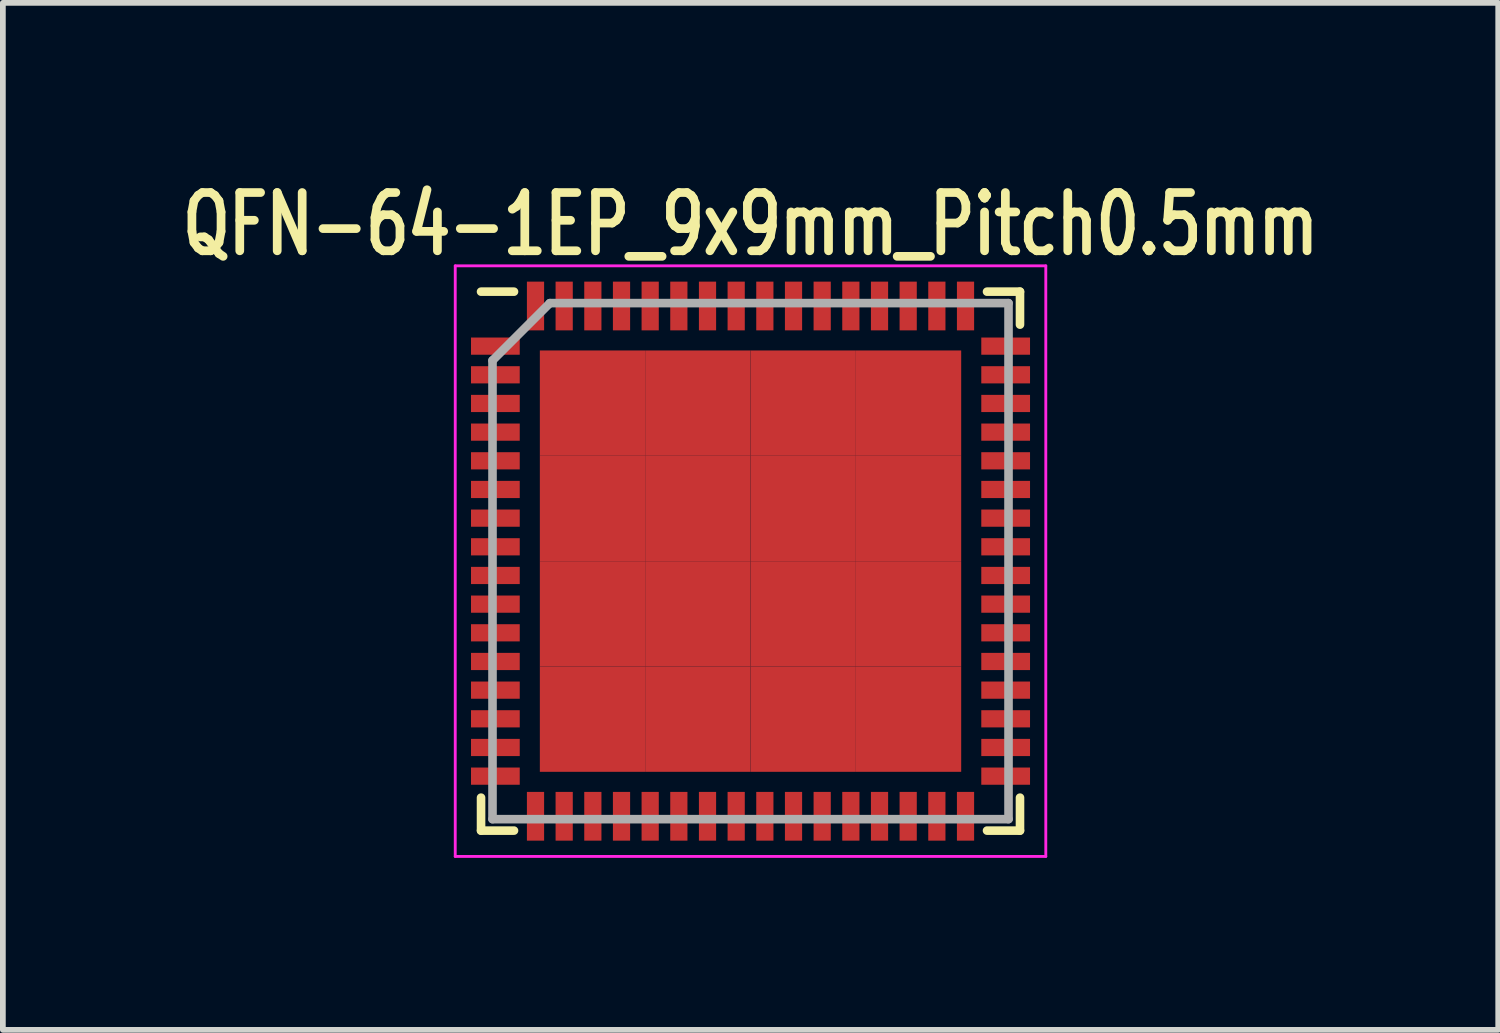
<source format=kicad_pcb>
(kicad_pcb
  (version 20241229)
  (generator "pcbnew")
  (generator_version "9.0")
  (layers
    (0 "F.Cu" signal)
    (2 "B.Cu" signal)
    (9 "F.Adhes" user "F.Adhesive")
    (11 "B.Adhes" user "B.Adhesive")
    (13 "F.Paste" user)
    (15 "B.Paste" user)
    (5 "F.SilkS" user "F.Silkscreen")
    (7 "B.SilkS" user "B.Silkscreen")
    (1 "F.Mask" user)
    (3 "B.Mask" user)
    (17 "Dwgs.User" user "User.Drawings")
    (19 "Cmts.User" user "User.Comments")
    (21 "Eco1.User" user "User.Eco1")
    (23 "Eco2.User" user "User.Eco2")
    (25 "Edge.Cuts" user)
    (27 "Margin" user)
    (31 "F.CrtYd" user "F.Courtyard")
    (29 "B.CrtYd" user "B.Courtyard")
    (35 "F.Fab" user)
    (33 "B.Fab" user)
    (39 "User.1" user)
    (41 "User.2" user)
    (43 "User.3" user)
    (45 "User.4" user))
  (footprint "QFN-64-1EP_9x9mm_Pitch0.5mm"
    (layer "F.Cu")
    (at 10.04 6.737)
    (property "Reference" "QFN-64-1EP_9x9mm_Pitch0.5mm" (at 0 -5.875 0) (layer "F.SilkS") (effects (font (size 1.016 0.762) (thickness 0.152))))
    (attr smd)
    (fp_line (start -4.7 -4.7) (end -4.125 -4.7) (stroke (width 0.15) (type solid)) (layer "F.SilkS"))
    (fp_line (start -4.7 4.7) (end -4.7 4.125) (stroke (width 0.15) (type solid)) (layer "F.SilkS"))
    (fp_line (start -4.7 4.7) (end -4.125 4.7) (stroke (width 0.15) (type solid)) (layer "F.SilkS"))
    (fp_line (start 4.7 -4.7) (end 4.125 -4.7) (stroke (width 0.15) (type solid)) (layer "F.SilkS"))
    (fp_line (start 4.7 -4.7) (end 4.7 -4.125) (stroke (width 0.15) (type solid)) (layer "F.SilkS"))
    (fp_line (start 4.7 4.7) (end 4.125 4.7) (stroke (width 0.15) (type solid)) (layer "F.SilkS"))
    (fp_line (start 4.7 4.7) (end 4.7 4.125) (stroke (width 0.15) (type solid)) (layer "F.SilkS"))
    (fp_line (start -5.15 -5.15) (end -5.15 5.15) (stroke (width 0.05) (type solid)) (layer "F.CrtYd"))
    (fp_line (start -5.15 -5.15) (end 5.15 -5.15) (stroke (width 0.05) (type solid)) (layer "F.CrtYd"))
    (fp_line (start -5.15 5.15) (end 5.15 5.15) (stroke (width 0.05) (type solid)) (layer "F.CrtYd"))
    (fp_line (start 5.15 -5.15) (end 5.15 5.15) (stroke (width 0.05) (type solid)) (layer "F.CrtYd"))
    (fp_line (start -4.5 -3.5) (end -3.5 -4.5) (stroke (width 0.15) (type solid)) (layer "F.Fab"))
    (fp_line (start -4.5 4.5) (end -4.5 -3.5) (stroke (width 0.15) (type solid)) (layer "F.Fab"))
    (fp_line (start -3.5 -4.5) (end 4.5 -4.5) (stroke (width 0.15) (type solid)) (layer "F.Fab"))
    (fp_line (start 4.5 -4.5) (end 4.5 4.5) (stroke (width 0.15) (type solid)) (layer "F.Fab"))
    (fp_line (start 4.5 4.5) (end -4.5 4.5) (stroke (width 0.15) (type solid)) (layer "F.Fab"))
    (pad "1" smd rect (at -4.45 -3.75) (size 0.85 0.3) (layers "F.Cu" "F.Mask" "F.Paste"))
    (pad "2" smd rect (at -4.45 -3.25) (size 0.85 0.3) (layers "F.Cu" "F.Mask" "F.Paste"))
    (pad "3" smd rect (at -4.45 -2.75) (size 0.85 0.3) (layers "F.Cu" "F.Mask" "F.Paste"))
    (pad "4" smd rect (at -4.45 -2.25) (size 0.85 0.3) (layers "F.Cu" "F.Mask" "F.Paste"))
    (pad "5" smd rect (at -4.45 -1.75) (size 0.85 0.3) (layers "F.Cu" "F.Mask" "F.Paste"))
    (pad "6" smd rect (at -4.45 -1.25) (size 0.85 0.3) (layers "F.Cu" "F.Mask" "F.Paste"))
    (pad "7" smd rect (at -4.45 -0.75) (size 0.85 0.3) (layers "F.Cu" "F.Mask" "F.Paste"))
    (pad "8" smd rect (at -4.45 -0.25) (size 0.85 0.3) (layers "F.Cu" "F.Mask" "F.Paste"))
    (pad "9" smd rect (at -4.45 0.25) (size 0.85 0.3) (layers "F.Cu" "F.Mask" "F.Paste"))
    (pad "10" smd rect (at -4.45 0.75) (size 0.85 0.3) (layers "F.Cu" "F.Mask" "F.Paste"))
    (pad "11" smd rect (at -4.45 1.25) (size 0.85 0.3) (layers "F.Cu" "F.Mask" "F.Paste"))
    (pad "12" smd rect (at -4.45 1.75) (size 0.85 0.3) (layers "F.Cu" "F.Mask" "F.Paste"))
    (pad "13" smd rect (at -4.45 2.25) (size 0.85 0.3) (layers "F.Cu" "F.Mask" "F.Paste"))
    (pad "14" smd rect (at -4.45 2.75) (size 0.85 0.3) (layers "F.Cu" "F.Mask" "F.Paste"))
    (pad "15" smd rect (at -4.45 3.25) (size 0.85 0.3) (layers "F.Cu" "F.Mask" "F.Paste"))
    (pad "16" smd rect (at -4.45 3.75) (size 0.85 0.3) (layers "F.Cu" "F.Mask" "F.Paste"))
    (pad "17" smd rect (at -3.75 4.45 90) (size 0.85 0.3) (layers "F.Cu" "F.Mask" "F.Paste"))
    (pad "18" smd rect (at -3.25 4.45 90) (size 0.85 0.3) (layers "F.Cu" "F.Mask" "F.Paste"))
    (pad "19" smd rect (at -2.75 4.45 90) (size 0.85 0.3) (layers "F.Cu" "F.Mask" "F.Paste"))
    (pad "20" smd rect (at -2.25 4.45 90) (size 0.85 0.3) (layers "F.Cu" "F.Mask" "F.Paste"))
    (pad "21" smd rect (at -1.75 4.45 90) (size 0.85 0.3) (layers "F.Cu" "F.Mask" "F.Paste"))
    (pad "22" smd rect (at -1.25 4.45 90) (size 0.85 0.3) (layers "F.Cu" "F.Mask" "F.Paste"))
    (pad "23" smd rect (at -0.75 4.45 90) (size 0.85 0.3) (layers "F.Cu" "F.Mask" "F.Paste"))
    (pad "24" smd rect (at -0.25 4.45 90) (size 0.85 0.3) (layers "F.Cu" "F.Mask" "F.Paste"))
    (pad "25" smd rect (at 0.25 4.45 90) (size 0.85 0.3) (layers "F.Cu" "F.Mask" "F.Paste"))
    (pad "26" smd rect (at 0.75 4.45 90) (size 0.85 0.3) (layers "F.Cu" "F.Mask" "F.Paste"))
    (pad "27" smd rect (at 1.25 4.45 90) (size 0.85 0.3) (layers "F.Cu" "F.Mask" "F.Paste"))
    (pad "28" smd rect (at 1.75 4.45 90) (size 0.85 0.3) (layers "F.Cu" "F.Mask" "F.Paste"))
    (pad "29" smd rect (at 2.25 4.45 90) (size 0.85 0.3) (layers "F.Cu" "F.Mask" "F.Paste"))
    (pad "30" smd rect (at 2.75 4.45 90) (size 0.85 0.3) (layers "F.Cu" "F.Mask" "F.Paste"))
    (pad "31" smd rect (at 3.25 4.45 90) (size 0.85 0.3) (layers "F.Cu" "F.Mask" "F.Paste"))
    (pad "32" smd rect (at 3.75 4.45 90) (size 0.85 0.3) (layers "F.Cu" "F.Mask" "F.Paste"))
    (pad "33" smd rect (at 4.45 3.75) (size 0.85 0.3) (layers "F.Cu" "F.Mask" "F.Paste"))
    (pad "34" smd rect (at 4.45 3.25) (size 0.85 0.3) (layers "F.Cu" "F.Mask" "F.Paste"))
    (pad "35" smd rect (at 4.45 2.75) (size 0.85 0.3) (layers "F.Cu" "F.Mask" "F.Paste"))
    (pad "36" smd rect (at 4.45 2.25) (size 0.85 0.3) (layers "F.Cu" "F.Mask" "F.Paste"))
    (pad "37" smd rect (at 4.45 1.75) (size 0.85 0.3) (layers "F.Cu" "F.Mask" "F.Paste"))
    (pad "38" smd rect (at 4.45 1.25) (size 0.85 0.3) (layers "F.Cu" "F.Mask" "F.Paste"))
    (pad "39" smd rect (at 4.45 0.75) (size 0.85 0.3) (layers "F.Cu" "F.Mask" "F.Paste"))
    (pad "40" smd rect (at 4.45 0.25) (size 0.85 0.3) (layers "F.Cu" "F.Mask" "F.Paste"))
    (pad "41" smd rect (at 4.45 -0.25) (size 0.85 0.3) (layers "F.Cu" "F.Mask" "F.Paste"))
    (pad "42" smd rect (at 4.45 -0.75) (size 0.85 0.3) (layers "F.Cu" "F.Mask" "F.Paste"))
    (pad "43" smd rect (at 4.45 -1.25) (size 0.85 0.3) (layers "F.Cu" "F.Mask" "F.Paste"))
    (pad "44" smd rect (at 4.45 -1.75) (size 0.85 0.3) (layers "F.Cu" "F.Mask" "F.Paste"))
    (pad "45" smd rect (at 4.45 -2.25) (size 0.85 0.3) (layers "F.Cu" "F.Mask" "F.Paste"))
    (pad "46" smd rect (at 4.45 -2.75) (size 0.85 0.3) (layers "F.Cu" "F.Mask" "F.Paste"))
    (pad "47" smd rect (at 4.45 -3.25) (size 0.85 0.3) (layers "F.Cu" "F.Mask" "F.Paste"))
    (pad "48" smd rect (at 4.45 -3.75) (size 0.85 0.3) (layers "F.Cu" "F.Mask" "F.Paste"))
    (pad "49" smd rect (at 3.75 -4.45 90) (size 0.85 0.3) (layers "F.Cu" "F.Mask" "F.Paste"))
    (pad "50" smd rect (at 3.25 -4.45 90) (size 0.85 0.3) (layers "F.Cu" "F.Mask" "F.Paste"))
    (pad "51" smd rect (at 2.75 -4.45 90) (size 0.85 0.3) (layers "F.Cu" "F.Mask" "F.Paste"))
    (pad "52" smd rect (at 2.25 -4.45 90) (size 0.85 0.3) (layers "F.Cu" "F.Mask" "F.Paste"))
    (pad "53" smd rect (at 1.75 -4.45 90) (size 0.85 0.3) (layers "F.Cu" "F.Mask" "F.Paste"))
    (pad "54" smd rect (at 1.25 -4.45 90) (size 0.85 0.3) (layers "F.Cu" "F.Mask" "F.Paste"))
    (pad "55" smd rect (at 0.75 -4.45 90) (size 0.85 0.3) (layers "F.Cu" "F.Mask" "F.Paste"))
    (pad "56" smd rect (at 0.25 -4.45 90) (size 0.85 0.3) (layers "F.Cu" "F.Mask" "F.Paste"))
    (pad "57" smd rect (at -0.25 -4.45 90) (size 0.85 0.3) (layers "F.Cu" "F.Mask" "F.Paste"))
    (pad "58" smd rect (at -0.75 -4.45 90) (size 0.85 0.3) (layers "F.Cu" "F.Mask" "F.Paste"))
    (pad "59" smd rect (at -1.25 -4.45 90) (size 0.85 0.3) (layers "F.Cu" "F.Mask" "F.Paste"))
    (pad "60" smd rect (at -1.75 -4.45 90) (size 0.85 0.3) (layers "F.Cu" "F.Mask" "F.Paste"))
    (pad "61" smd rect (at -2.25 -4.45 90) (size 0.85 0.3) (layers "F.Cu" "F.Mask" "F.Paste"))
    (pad "62" smd rect (at -2.75 -4.45 90) (size 0.85 0.3) (layers "F.Cu" "F.Mask" "F.Paste"))
    (pad "63" smd rect (at -3.25 -4.45 90) (size 0.85 0.3) (layers "F.Cu" "F.Mask" "F.Paste"))
    (pad "64" smd rect (at -3.75 -4.45 90) (size 0.85 0.3) (layers "F.Cu" "F.Mask" "F.Paste"))
    (pad "65" smd rect (at -2.756 -2.756) (size 1.837 1.837) (layers "F.Cu" "F.Mask" "F.Paste"))
    (pad "65" smd rect (at -2.756 -0.919) (size 1.837 1.837) (layers "F.Cu" "F.Mask" "F.Paste"))
    (pad "65" smd rect (at -2.756 0.919) (size 1.837 1.837) (layers "F.Cu" "F.Mask" "F.Paste"))
    (pad "65" smd rect (at -2.756 2.756) (size 1.837 1.837) (layers "F.Cu" "F.Mask" "F.Paste"))
    (pad "65" smd rect (at -0.919 -2.756) (size 1.837 1.837) (layers "F.Cu" "F.Mask" "F.Paste"))
    (pad "65" smd rect (at -0.919 -0.919) (size 1.837 1.837) (layers "F.Cu" "F.Mask" "F.Paste"))
    (pad "65" smd rect (at -0.919 0.919) (size 1.837 1.837) (layers "F.Cu" "F.Mask" "F.Paste"))
    (pad "65" smd rect (at -0.919 2.756) (size 1.837 1.837) (layers "F.Cu" "F.Mask" "F.Paste"))
    (pad "65" smd rect (at 0.919 -2.756) (size 1.837 1.837) (layers "F.Cu" "F.Mask" "F.Paste"))
    (pad "65" smd rect (at 0.919 -0.919) (size 1.837 1.837) (layers "F.Cu" "F.Mask" "F.Paste"))
    (pad "65" smd rect (at 0.919 0.919) (size 1.837 1.837) (layers "F.Cu" "F.Mask" "F.Paste"))
    (pad "65" smd rect (at 0.919 2.756) (size 1.837 1.837) (layers "F.Cu" "F.Mask" "F.Paste"))
    (pad "65" smd rect (at 2.756 -2.756) (size 1.837 1.837) (layers "F.Cu" "F.Mask" "F.Paste"))
    (pad "65" smd rect (at 2.756 -0.919) (size 1.837 1.837) (layers "F.Cu" "F.Mask" "F.Paste"))
    (pad "65" smd rect (at 2.756 0.919) (size 1.837 1.837) (layers "F.Cu" "F.Mask" "F.Paste"))
    (pad "65" smd rect (at 2.756 2.756) (size 1.837 1.837) (layers "F.Cu" "F.Mask" "F.Paste")))
  (gr_rect
    (start -3 -3)
    (end 23.081 14.912)
    (stroke (width 0.1) (type default))
    (fill no)
    (layer "Edge.Cuts")))
</source>
